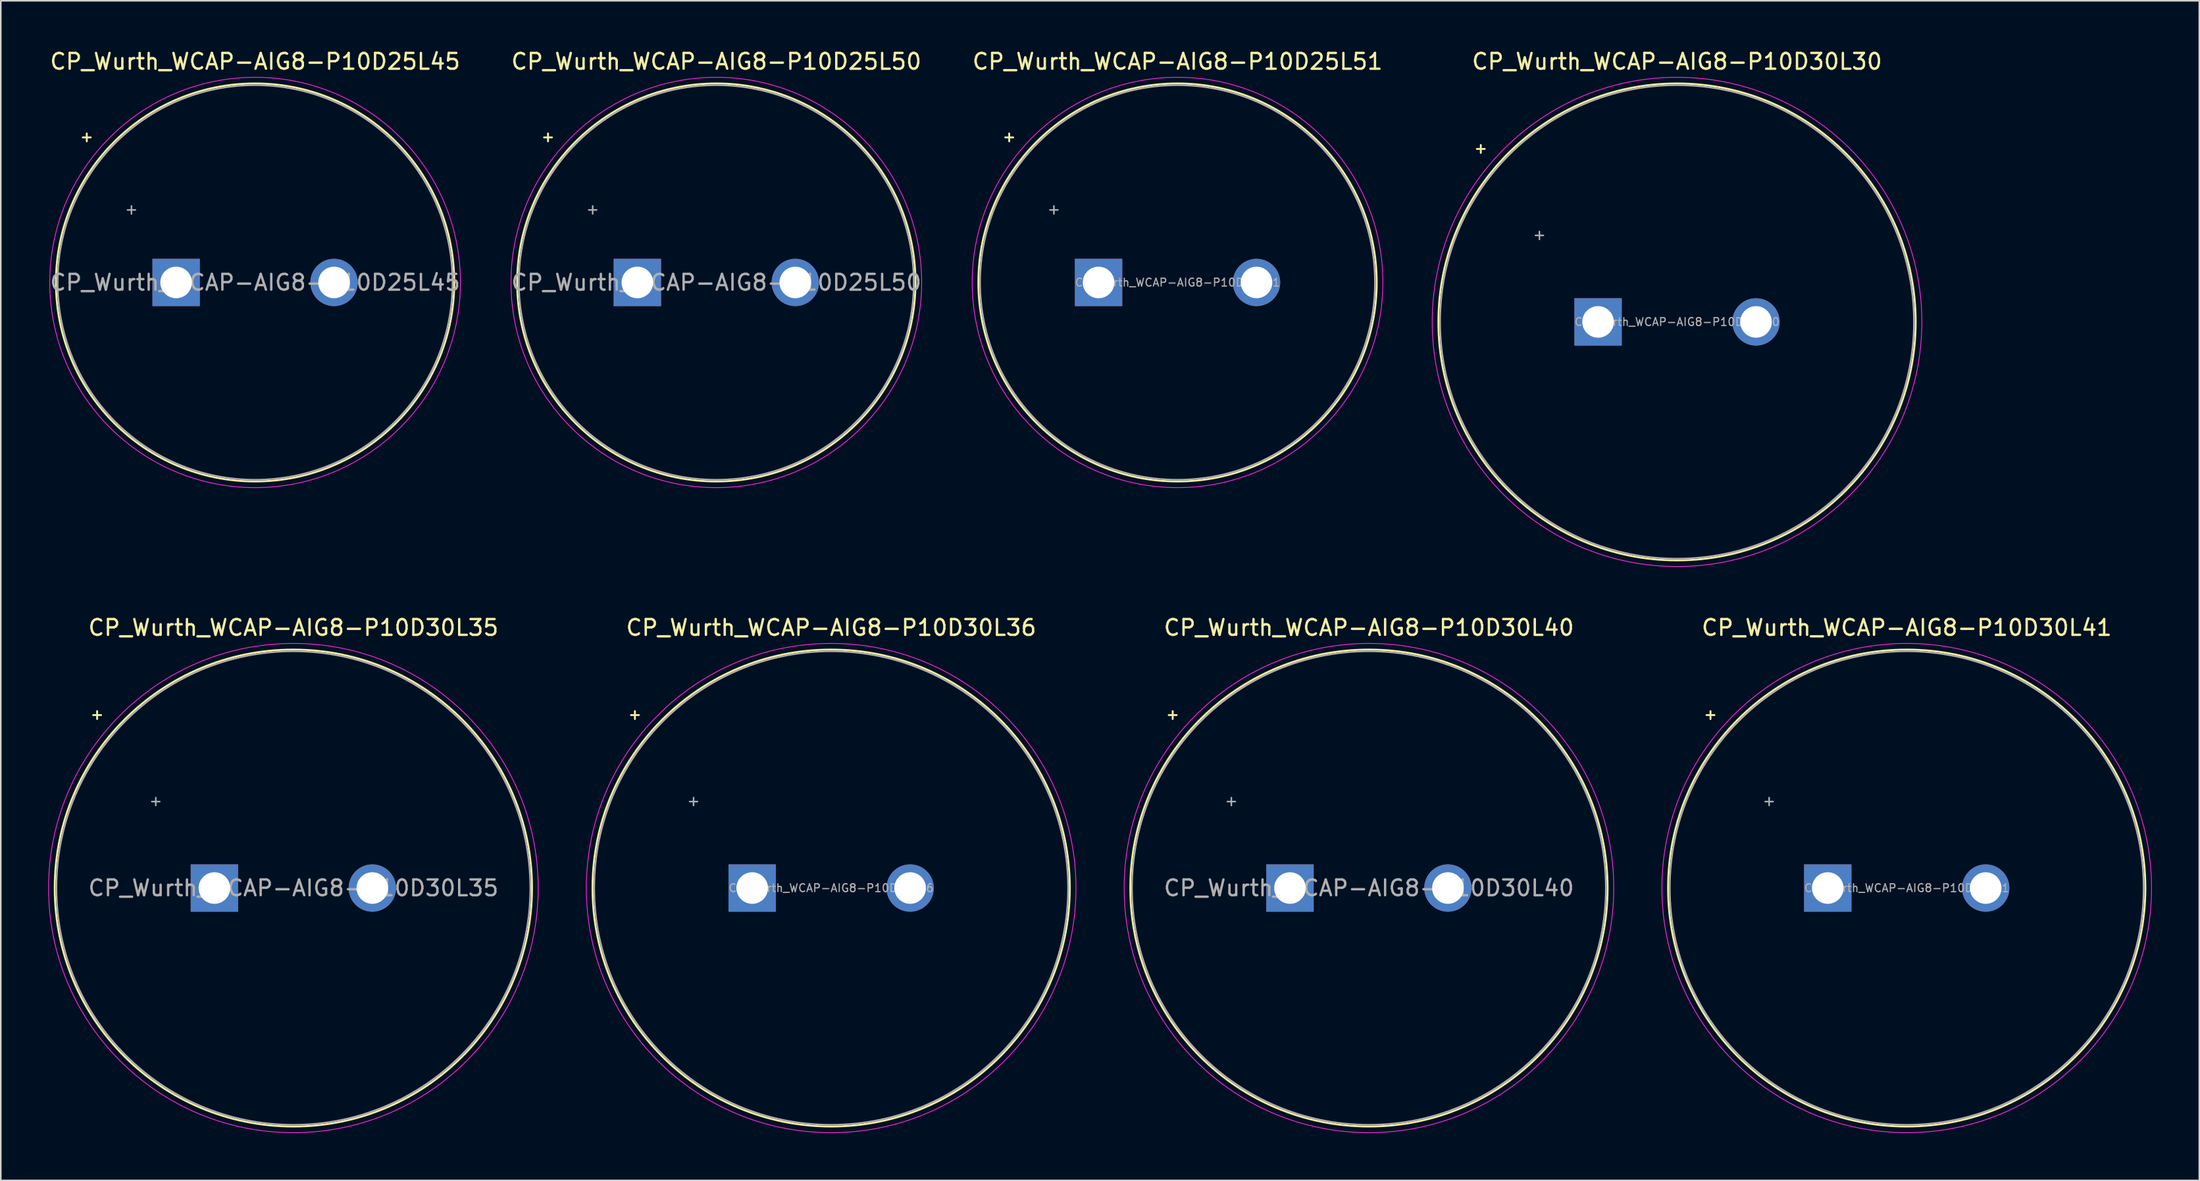
<source format=kicad_pcb>
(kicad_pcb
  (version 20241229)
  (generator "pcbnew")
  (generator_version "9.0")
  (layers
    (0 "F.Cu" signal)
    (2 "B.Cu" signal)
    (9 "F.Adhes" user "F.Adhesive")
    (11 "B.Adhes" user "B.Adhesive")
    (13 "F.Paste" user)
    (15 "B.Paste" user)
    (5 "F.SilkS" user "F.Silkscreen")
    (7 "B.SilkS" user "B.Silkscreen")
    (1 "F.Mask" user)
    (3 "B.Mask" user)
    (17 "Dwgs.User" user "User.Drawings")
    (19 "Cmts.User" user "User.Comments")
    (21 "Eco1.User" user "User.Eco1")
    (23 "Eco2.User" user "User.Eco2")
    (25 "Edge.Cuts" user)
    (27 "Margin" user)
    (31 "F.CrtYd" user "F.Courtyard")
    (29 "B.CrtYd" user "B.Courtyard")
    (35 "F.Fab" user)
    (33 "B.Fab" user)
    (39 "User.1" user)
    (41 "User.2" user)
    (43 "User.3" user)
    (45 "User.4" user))
  (footprint "CP_Wurth_WCAP-AIG8-P10D25L50"
    (layer "F.Cu")
    (at 37.304 14.848)
    (property "Reference" "CP_Wurth_WCAP-AIG8-P10D25L50" (at 5 -14 0) (unlocked yes) (layer "F.SilkS") (effects (font (size 1 1) (thickness 0.15))))
    (attr through_hole)
    (fp_line (start -5.907 -9.192) (end -5.407 -9.192) (stroke (width 0.12) (type solid)) (layer "F.SilkS"))
    (fp_line (start -5.657 -8.942) (end -5.657 -9.442) (stroke (width 0.12) (type solid)) (layer "F.SilkS"))
    (fp_circle (center 5 0) (end 17.61 0) (stroke (width 0.12) (type solid)) (fill no) (layer "F.SilkS"))
    (fp_circle (center 5 0) (end 18 0) (stroke (width 0.05) (type solid)) (fill no) (layer "F.CrtYd"))
    (fp_line (start -3.078 -4.596) (end -2.578 -4.596) (stroke (width 0.1) (type default)) (layer "F.Fab"))
    (fp_line (start -2.828 -4.346) (end -2.828 -4.846) (stroke (width 0.1) (type default)) (layer "F.Fab"))
    (fp_circle (center 5 0) (end 17.5 0) (stroke (width 0.1) (type solid)) (fill no) (layer "F.Fab"))
    (fp_text user "${REFERENCE}" (at 5 0 0) (unlocked yes) (layer "F.Fab") (effects (font (size 1 1) (thickness 0.15))))
    (pad "1" thru_hole rect (at 0 0) (size 3 3) (drill 2) (layers "*.Cu" "*.Mask"))
    (pad "2" thru_hole circle (at 10 0) (size 3 3) (drill 2) (layers "*.Cu" "*.Mask")))
  (footprint "CP_Wurth_WCAP-AIG8-P10D30L40"
    (layer "F.Cu")
    (at 78.625 53.221)
    (property "Reference" "CP_Wurth_WCAP-AIG8-P10D30L40" (at 5 -16.5 0) (unlocked yes) (layer "F.SilkS") (effects (font (size 1 1) (thickness 0.15))))
    (attr through_hole)
    (fp_line (start -7.675 -10.96) (end -7.175 -10.96) (stroke (width 0.12) (type solid)) (layer "F.SilkS"))
    (fp_line (start -7.425 -10.71) (end -7.425 -11.21) (stroke (width 0.12) (type solid)) (layer "F.SilkS"))
    (fp_circle (center 5 0) (end 20.11 0) (stroke (width 0.12) (type solid)) (fill no) (layer "F.SilkS"))
    (fp_circle (center 5 0) (end 20.5 0) (stroke (width 0.05) (type solid)) (fill no) (layer "F.CrtYd"))
    (fp_line (start -3.962 -5.48) (end -3.462 -5.48) (stroke (width 0.1) (type default)) (layer "F.Fab"))
    (fp_line (start -3.712 -5.23) (end -3.712 -5.73) (stroke (width 0.1) (type default)) (layer "F.Fab"))
    (fp_circle (center 5 0) (end 20 0) (stroke (width 0.1) (type solid)) (fill no) (layer "F.Fab"))
    (fp_text user "${REFERENCE}" (at 5 0 0) (unlocked yes) (layer "F.Fab") (effects (font (size 1 1) (thickness 0.15))))
    (pad "1" thru_hole rect (at 0 0) (size 3 3) (drill 2) (layers "*.Cu" "*.Mask"))
    (pad "2" thru_hole circle (at 10 0) (size 3 3) (drill 2) (layers "*.Cu" "*.Mask")))
  (footprint "CP_Wurth_WCAP-AIG8-P10D30L36"
    (layer "F.Cu")
    (at 44.575 53.221)
    (property "Reference" "CP_Wurth_WCAP-AIG8-P10D30L36" (at 5 -16.5 0) (unlocked yes) (layer "F.SilkS") (effects (font (size 1 1) (thickness 0.15))))
    (attr through_hole)
    (fp_line (start -7.675 -10.96) (end -7.175 -10.96) (stroke (width 0.12) (type solid)) (layer "F.SilkS"))
    (fp_line (start -7.425 -10.71) (end -7.425 -11.21) (stroke (width 0.12) (type solid)) (layer "F.SilkS"))
    (fp_circle (center 5 0) (end 20.11 0) (stroke (width 0.12) (type solid)) (fill no) (layer "F.SilkS"))
    (fp_circle (center 5 0) (end 20.5 0) (stroke (width 0.05) (type solid)) (fill no) (layer "F.CrtYd"))
    (fp_line (start -3.962 -5.48) (end -3.462 -5.48) (stroke (width 0.1) (type default)) (layer "F.Fab"))
    (fp_line (start -3.712 -5.23) (end -3.712 -5.73) (stroke (width 0.1) (type default)) (layer "F.Fab"))
    (fp_circle (center 5 0) (end 20 0) (stroke (width 0.1) (type solid)) (fill no) (layer "F.Fab"))
    (fp_text user "${REFERENCE}" (at 5 0 0) (unlocked yes) (layer "F.Fab") (effects (font (size 0.5 0.5) (thickness 0.075))))
    (pad "1" thru_hole rect (at 0 0) (size 3 3) (drill 2) (layers "*.Cu" "*.Mask"))
    (pad "2" thru_hole circle (at 10 0) (size 3 3) (drill 2) (layers "*.Cu" "*.Mask")))
  (footprint "CP_Wurth_WCAP-AIG8-P10D25L51"
    (layer "F.Cu")
    (at 66.506 14.848)
    (property "Reference" "CP_Wurth_WCAP-AIG8-P10D25L51" (at 5 -14 0) (unlocked yes) (layer "F.SilkS") (effects (font (size 1 1) (thickness 0.15))))
    (attr through_hole)
    (fp_line (start -5.907 -9.192) (end -5.407 -9.192) (stroke (width 0.12) (type solid)) (layer "F.SilkS"))
    (fp_line (start -5.657 -8.942) (end -5.657 -9.442) (stroke (width 0.12) (type solid)) (layer "F.SilkS"))
    (fp_circle (center 5 0) (end 17.61 0) (stroke (width 0.12) (type solid)) (fill no) (layer "F.SilkS"))
    (fp_circle (center 5 0) (end 18 0) (stroke (width 0.05) (type solid)) (fill no) (layer "F.CrtYd"))
    (fp_line (start -3.078 -4.596) (end -2.578 -4.596) (stroke (width 0.1) (type default)) (layer "F.Fab"))
    (fp_line (start -2.828 -4.346) (end -2.828 -4.846) (stroke (width 0.1) (type default)) (layer "F.Fab"))
    (fp_circle (center 5 0) (end 17.5 0) (stroke (width 0.1) (type solid)) (fill no) (layer "F.Fab"))
    (fp_text user "${REFERENCE}" (at 5 0 0) (unlocked yes) (layer "F.Fab") (effects (font (size 0.5 0.5) (thickness 0.075))))
    (pad "1" thru_hole rect (at 0 0) (size 3 3) (drill 2) (layers "*.Cu" "*.Mask"))
    (pad "2" thru_hole circle (at 10 0) (size 3 3) (drill 2) (layers "*.Cu" "*.Mask")))
  (footprint "CP_Wurth_WCAP-AIG8-P10D30L41"
    (layer "F.Cu")
    (at 112.675 53.221)
    (property "Reference" "CP_Wurth_WCAP-AIG8-P10D30L41" (at 5 -16.5 0) (unlocked yes) (layer "F.SilkS") (effects (font (size 1 1) (thickness 0.15))))
    (attr through_hole)
    (fp_line (start -7.675 -10.96) (end -7.175 -10.96) (stroke (width 0.12) (type solid)) (layer "F.SilkS"))
    (fp_line (start -7.425 -10.71) (end -7.425 -11.21) (stroke (width 0.12) (type solid)) (layer "F.SilkS"))
    (fp_circle (center 5 0) (end 20.11 0) (stroke (width 0.12) (type solid)) (fill no) (layer "F.SilkS"))
    (fp_circle (center 5 0) (end 20.5 0) (stroke (width 0.05) (type solid)) (fill no) (layer "F.CrtYd"))
    (fp_line (start -3.962 -5.48) (end -3.462 -5.48) (stroke (width 0.1) (type default)) (layer "F.Fab"))
    (fp_line (start -3.712 -5.23) (end -3.712 -5.73) (stroke (width 0.1) (type default)) (layer "F.Fab"))
    (fp_circle (center 5 0) (end 20 0) (stroke (width 0.1) (type solid)) (fill no) (layer "F.Fab"))
    (fp_text user "${REFERENCE}" (at 5 0 0) (unlocked yes) (layer "F.Fab") (effects (font (size 0.5 0.5) (thickness 0.075))))
    (pad "1" thru_hole rect (at 0 0) (size 3 3) (drill 2) (layers "*.Cu" "*.Mask"))
    (pad "2" thru_hole circle (at 10 0) (size 3 3) (drill 2) (layers "*.Cu" "*.Mask")))
  (footprint "CP_Wurth_WCAP-AIG8-P10D30L35"
    (layer "F.Cu")
    (at 10.525 53.221)
    (property "Reference" "CP_Wurth_WCAP-AIG8-P10D30L35" (at 5 -16.5 0) (unlocked yes) (layer "F.SilkS") (effects (font (size 1 1) (thickness 0.15))))
    (attr through_hole)
    (fp_line (start -7.675 -10.96) (end -7.175 -10.96) (stroke (width 0.12) (type solid)) (layer "F.SilkS"))
    (fp_line (start -7.425 -10.71) (end -7.425 -11.21) (stroke (width 0.12) (type solid)) (layer "F.SilkS"))
    (fp_circle (center 5 0) (end 20.11 0) (stroke (width 0.12) (type solid)) (fill no) (layer "F.SilkS"))
    (fp_circle (center 5 0) (end 20.5 0) (stroke (width 0.05) (type solid)) (fill no) (layer "F.CrtYd"))
    (fp_line (start -3.962 -5.48) (end -3.462 -5.48) (stroke (width 0.1) (type default)) (layer "F.Fab"))
    (fp_line (start -3.712 -5.23) (end -3.712 -5.73) (stroke (width 0.1) (type default)) (layer "F.Fab"))
    (fp_circle (center 5 0) (end 20 0) (stroke (width 0.1) (type solid)) (fill no) (layer "F.Fab"))
    (fp_text user "${REFERENCE}" (at 5 0 0) (unlocked yes) (layer "F.Fab") (effects (font (size 1 1) (thickness 0.15))))
    (pad "1" thru_hole rect (at 0 0) (size 3 3) (drill 2) (layers "*.Cu" "*.Mask"))
    (pad "2" thru_hole circle (at 10 0) (size 3 3) (drill 2) (layers "*.Cu" "*.Mask")))
  (footprint "CP_Wurth_WCAP-AIG8-P10D25L45"
    (layer "F.Cu")
    (at 8.101 14.848)
    (property "Reference" "CP_Wurth_WCAP-AIG8-P10D25L45" (at 5 -14 0) (unlocked yes) (layer "F.SilkS") (effects (font (size 1 1) (thickness 0.15))))
    (attr through_hole)
    (fp_line (start -5.907 -9.192) (end -5.407 -9.192) (stroke (width 0.12) (type solid)) (layer "F.SilkS"))
    (fp_line (start -5.657 -8.942) (end -5.657 -9.442) (stroke (width 0.12) (type solid)) (layer "F.SilkS"))
    (fp_circle (center 5 0) (end 17.61 0) (stroke (width 0.12) (type solid)) (fill no) (layer "F.SilkS"))
    (fp_circle (center 5 0) (end 18 0) (stroke (width 0.05) (type solid)) (fill no) (layer "F.CrtYd"))
    (fp_line (start -3.078 -4.596) (end -2.578 -4.596) (stroke (width 0.1) (type default)) (layer "F.Fab"))
    (fp_line (start -2.828 -4.346) (end -2.828 -4.846) (stroke (width 0.1) (type default)) (layer "F.Fab"))
    (fp_circle (center 5 0) (end 17.5 0) (stroke (width 0.1) (type solid)) (fill no) (layer "F.Fab"))
    (fp_text user "${REFERENCE}" (at 5 0 0) (unlocked yes) (layer "F.Fab") (effects (font (size 1 1) (thickness 0.15))))
    (pad "1" thru_hole rect (at 0 0) (size 3 3) (drill 2) (layers "*.Cu" "*.Mask"))
    (pad "2" thru_hole circle (at 10 0) (size 3 3) (drill 2) (layers "*.Cu" "*.Mask")))
  (footprint "CP_Wurth_WCAP-AIG8-P10D30L30"
    (layer "F.Cu")
    (at 98.132 17.348)
    (property "Reference" "CP_Wurth_WCAP-AIG8-P10D30L30" (at 5 -16.5 0) (unlocked yes) (layer "F.SilkS") (effects (font (size 1 1) (thickness 0.15))))
    (attr through_hole)
    (fp_line (start -7.675 -10.96) (end -7.175 -10.96) (stroke (width 0.12) (type solid)) (layer "F.SilkS"))
    (fp_line (start -7.425 -10.71) (end -7.425 -11.21) (stroke (width 0.12) (type solid)) (layer "F.SilkS"))
    (fp_circle (center 5 0) (end 20.11 0) (stroke (width 0.12) (type solid)) (fill no) (layer "F.SilkS"))
    (fp_circle (center 5 0) (end 20.5 0) (stroke (width 0.05) (type solid)) (fill no) (layer "F.CrtYd"))
    (fp_line (start -3.962 -5.48) (end -3.462 -5.48) (stroke (width 0.1) (type default)) (layer "F.Fab"))
    (fp_line (start -3.712 -5.23) (end -3.712 -5.73) (stroke (width 0.1) (type default)) (layer "F.Fab"))
    (fp_circle (center 5 0) (end 20 0) (stroke (width 0.1) (type solid)) (fill no) (layer "F.Fab"))
    (fp_text user "${REFERENCE}" (at 5 0 0) (unlocked yes) (layer "F.Fab") (effects (font (size 0.5 0.5) (thickness 0.075))))
    (pad "1" thru_hole rect (at 0 0) (size 3 3) (drill 2) (layers "*.Cu" "*.Mask"))
    (pad "2" thru_hole circle (at 10 0) (size 3 3) (drill 2) (layers "*.Cu" "*.Mask")))
  (gr_rect
    (start -3 -3)
    (end 136.2 71.746)
    (stroke (width 0.1) (type default))
    (fill no)
    (layer "Edge.Cuts")))
</source>
